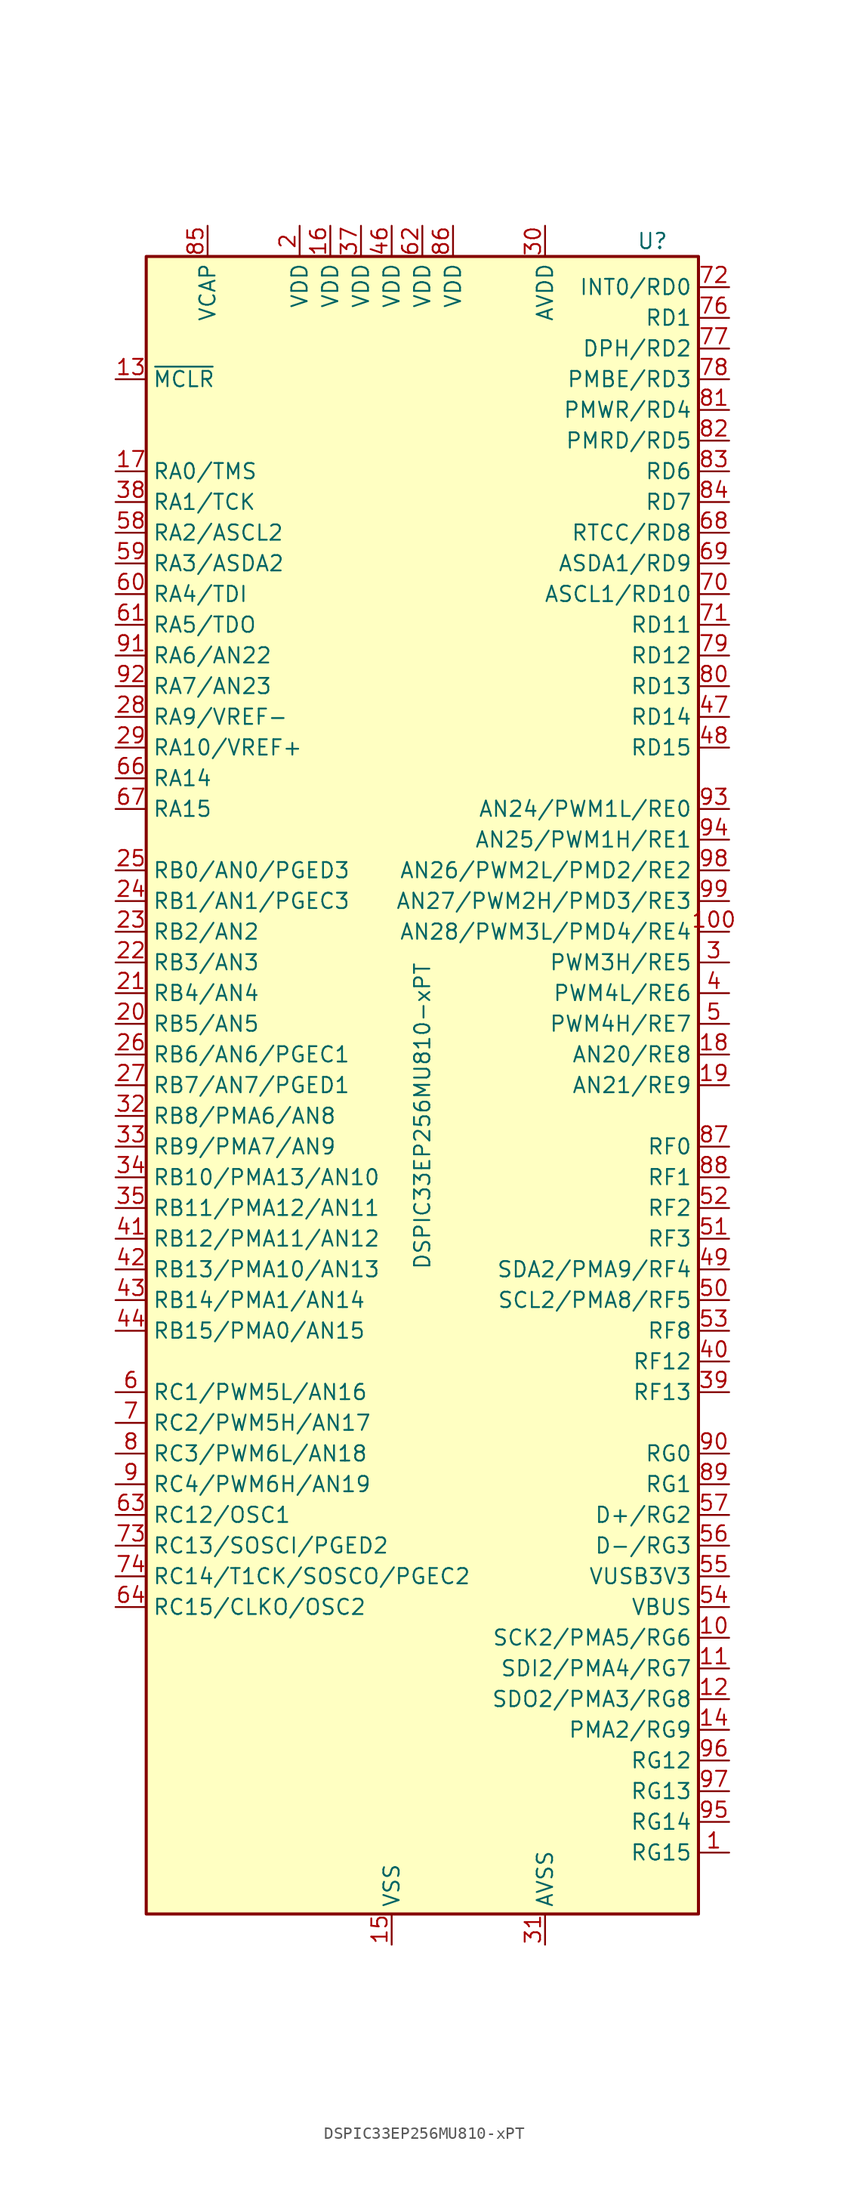
<source format=kicad_sym>
(kicad_symbol_lib
  (version 20220914)
  (generator kicad_symbol_editor)
  (symbol "DSPIC33EP256MU810-xPT"
    (property "Reference" "U"
      (at 19.05 69.85 0)
      (effects (font (size 1.27 1.27))))
    (property "Value" "DSPIC33EP256MU810-xPT"
      (at 0 -2.54 90)
      (effects (font (size 1.27 1.27))))
    (symbol "DSPIC33EP256MU810-xPT_0_1"
      (rectangle (start -22.86 68.58) (end 22.86 -68.58) (stroke (width 0.254) (type default)) (fill (type background))))
    (symbol "DSPIC33EP256MU810-xPT_1_1"
      (pin bidirectional line (at 25.4 -63.5 180) (length 2.54) (name "RG15" (effects (font (size 1.27 1.27)))) (number "1" (effects (font (size 1.27 1.27)))))
      (pin bidirectional line (at 25.4 -45.72 180) (length 2.54) (name "SCK2/PMA5/RG6" (effects (font (size 1.27 1.27)))) (number "10" (effects (font (size 1.27 1.27)))))
      (pin bidirectional line (at 25.4 12.7 180) (length 2.54) (name "AN28/PWM3L/PMD4/RE4" (effects (font (size 1.27 1.27)))) (number "100" (effects (font (size 1.27 1.27)))))
      (pin bidirectional line (at 25.4 -48.26 180) (length 2.54) (name "SDI2/PMA4/RG7" (effects (font (size 1.27 1.27)))) (number "11" (effects (font (size 1.27 1.27)))))
      (pin bidirectional line (at 25.4 -50.8 180) (length 2.54) (name "SDO2/PMA3/RG8" (effects (font (size 1.27 1.27)))) (number "12" (effects (font (size 1.27 1.27)))))
      (pin input line (at -25.4 58.42 0) (length 2.54) (name "~{MCLR}" (effects (font (size 1.27 1.27)))) (number "13" (effects (font (size 1.27 1.27)))))
      (pin bidirectional line (at 25.4 -53.34 180) (length 2.54) (name "PMA2/RG9" (effects (font (size 1.27 1.27)))) (number "14" (effects (font (size 1.27 1.27)))))
      (pin power_in line (at -2.54 -71.12 90) (length 2.54) (name "VSS" (effects (font (size 1.27 1.27)))) (number "15" (effects (font (size 1.27 1.27)))))
      (pin power_in line (at -7.62 71.12 270) (length 2.54) (name "VDD" (effects (font (size 1.27 1.27)))) (number "16" (effects (font (size 1.27 1.27)))))
      (pin bidirectional line (at -25.4 50.8 0) (length 2.54) (name "RA0/TMS" (effects (font (size 1.27 1.27)))) (number "17" (effects (font (size 1.27 1.27)))))
      (pin bidirectional line (at 25.4 2.54 180) (length 2.54) (name "AN20/RE8" (effects (font (size 1.27 1.27)))) (number "18" (effects (font (size 1.27 1.27)))))
      (pin bidirectional line (at 25.4 0 180) (length 2.54) (name "AN21/RE9" (effects (font (size 1.27 1.27)))) (number "19" (effects (font (size 1.27 1.27)))))
      (pin power_in line (at -10.16 71.12 270) (length 2.54) (name "VDD" (effects (font (size 1.27 1.27)))) (number "2" (effects (font (size 1.27 1.27)))))
      (pin bidirectional line (at -25.4 5.08 0) (length 2.54) (name "RB5/AN5" (effects (font (size 1.27 1.27)))) (number "20" (effects (font (size 1.27 1.27)))))
      (pin bidirectional line (at -25.4 7.62 0) (length 2.54) (name "RB4/AN4" (effects (font (size 1.27 1.27)))) (number "21" (effects (font (size 1.27 1.27)))))
      (pin bidirectional line (at -25.4 10.16 0) (length 2.54) (name "RB3/AN3" (effects (font (size 1.27 1.27)))) (number "22" (effects (font (size 1.27 1.27)))))
      (pin bidirectional line (at -25.4 12.7 0) (length 2.54) (name "RB2/AN2" (effects (font (size 1.27 1.27)))) (number "23" (effects (font (size 1.27 1.27)))))
      (pin bidirectional line (at -25.4 15.24 0) (length 2.54) (name "RB1/AN1/PGEC3" (effects (font (size 1.27 1.27)))) (number "24" (effects (font (size 1.27 1.27)))))
      (pin bidirectional line (at -25.4 17.78 0) (length 2.54) (name "RB0/AN0/PGED3" (effects (font (size 1.27 1.27)))) (number "25" (effects (font (size 1.27 1.27)))))
      (pin bidirectional line (at -25.4 2.54 0) (length 2.54) (name "RB6/AN6/PGEC1" (effects (font (size 1.27 1.27)))) (number "26" (effects (font (size 1.27 1.27)))))
      (pin bidirectional line (at -25.4 0 0) (length 2.54) (name "RB7/AN7/PGED1" (effects (font (size 1.27 1.27)))) (number "27" (effects (font (size 1.27 1.27)))))
      (pin bidirectional line (at -25.4 30.48 0) (length 2.54) (name "RA9/VREF-" (effects (font (size 1.27 1.27)))) (number "28" (effects (font (size 1.27 1.27)))))
      (pin bidirectional line (at -25.4 27.94 0) (length 2.54) (name "RA10/VREF+" (effects (font (size 1.27 1.27)))) (number "29" (effects (font (size 1.27 1.27)))))
      (pin bidirectional line (at 25.4 10.16 180) (length 2.54) (name "PWM3H/RE5" (effects (font (size 1.27 1.27)))) (number "3" (effects (font (size 1.27 1.27)))))
      (pin power_in line (at 10.16 71.12 270) (length 2.54) (name "AVDD" (effects (font (size 1.27 1.27)))) (number "30" (effects (font (size 1.27 1.27)))))
      (pin power_in line (at 10.16 -71.12 90) (length 2.54) (name "AVSS" (effects (font (size 1.27 1.27)))) (number "31" (effects (font (size 1.27 1.27)))))
      (pin bidirectional line (at -25.4 -2.54 0) (length 2.54) (name "RB8/PMA6/AN8" (effects (font (size 1.27 1.27)))) (number "32" (effects (font (size 1.27 1.27)))))
      (pin bidirectional line (at -25.4 -5.08 0) (length 2.54) (name "RB9/PMA7/AN9" (effects (font (size 1.27 1.27)))) (number "33" (effects (font (size 1.27 1.27)))))
      (pin bidirectional line (at -25.4 -7.62 0) (length 2.54) (name "RB10/PMA13/AN10" (effects (font (size 1.27 1.27)))) (number "34" (effects (font (size 1.27 1.27)))))
      (pin bidirectional line (at -25.4 -10.16 0) (length 2.54) (name "RB11/PMA12/AN11" (effects (font (size 1.27 1.27)))) (number "35" (effects (font (size 1.27 1.27)))))
      (pin passive line (at -2.54 -71.12 90) (length 2.54) hide (name "VSS" (effects (font (size 1.27 1.27)))) (number "36" (effects (font (size 1.27 1.27)))))
      (pin power_in line (at -5.08 71.12 270) (length 2.54) (name "VDD" (effects (font (size 1.27 1.27)))) (number "37" (effects (font (size 1.27 1.27)))))
      (pin bidirectional line (at -25.4 48.26 0) (length 2.54) (name "RA1/TCK" (effects (font (size 1.27 1.27)))) (number "38" (effects (font (size 1.27 1.27)))))
      (pin bidirectional line (at 25.4 -25.4 180) (length 2.54) (name "RF13" (effects (font (size 1.27 1.27)))) (number "39" (effects (font (size 1.27 1.27)))))
      (pin bidirectional line (at 25.4 7.62 180) (length 2.54) (name "PWM4L/RE6" (effects (font (size 1.27 1.27)))) (number "4" (effects (font (size 1.27 1.27)))))
      (pin bidirectional line (at 25.4 -22.86 180) (length 2.54) (name "RF12" (effects (font (size 1.27 1.27)))) (number "40" (effects (font (size 1.27 1.27)))))
      (pin bidirectional line (at -25.4 -12.7 0) (length 2.54) (name "RB12/PMA11/AN12" (effects (font (size 1.27 1.27)))) (number "41" (effects (font (size 1.27 1.27)))))
      (pin bidirectional line (at -25.4 -15.24 0) (length 2.54) (name "RB13/PMA10/AN13" (effects (font (size 1.27 1.27)))) (number "42" (effects (font (size 1.27 1.27)))))
      (pin bidirectional line (at -25.4 -17.78 0) (length 2.54) (name "RB14/PMA1/AN14" (effects (font (size 1.27 1.27)))) (number "43" (effects (font (size 1.27 1.27)))))
      (pin bidirectional line (at -25.4 -20.32 0) (length 2.54) (name "RB15/PMA0/AN15" (effects (font (size 1.27 1.27)))) (number "44" (effects (font (size 1.27 1.27)))))
      (pin passive line (at -2.54 -71.12 90) (length 2.54) hide (name "VSS" (effects (font (size 1.27 1.27)))) (number "45" (effects (font (size 1.27 1.27)))))
      (pin power_in line (at -2.54 71.12 270) (length 2.54) (name "VDD" (effects (font (size 1.27 1.27)))) (number "46" (effects (font (size 1.27 1.27)))))
      (pin bidirectional line (at 25.4 30.48 180) (length 2.54) (name "RD14" (effects (font (size 1.27 1.27)))) (number "47" (effects (font (size 1.27 1.27)))))
      (pin bidirectional line (at 25.4 27.94 180) (length 2.54) (name "RD15" (effects (font (size 1.27 1.27)))) (number "48" (effects (font (size 1.27 1.27)))))
      (pin bidirectional line (at 25.4 -15.24 180) (length 2.54) (name "SDA2/PMA9/RF4" (effects (font (size 1.27 1.27)))) (number "49" (effects (font (size 1.27 1.27)))))
      (pin bidirectional line (at 25.4 5.08 180) (length 2.54) (name "PWM4H/RE7" (effects (font (size 1.27 1.27)))) (number "5" (effects (font (size 1.27 1.27)))))
      (pin bidirectional line (at 25.4 -17.78 180) (length 2.54) (name "SCL2/PMA8/RF5" (effects (font (size 1.27 1.27)))) (number "50" (effects (font (size 1.27 1.27)))))
      (pin bidirectional line (at 25.4 -12.7 180) (length 2.54) (name "RF3" (effects (font (size 1.27 1.27)))) (number "51" (effects (font (size 1.27 1.27)))))
      (pin bidirectional line (at 25.4 -10.16 180) (length 2.54) (name "RF2" (effects (font (size 1.27 1.27)))) (number "52" (effects (font (size 1.27 1.27)))))
      (pin bidirectional line (at 25.4 -20.32 180) (length 2.54) (name "RF8" (effects (font (size 1.27 1.27)))) (number "53" (effects (font (size 1.27 1.27)))))
      (pin bidirectional line (at 25.4 -43.18 180) (length 2.54) (name "VBUS" (effects (font (size 1.27 1.27)))) (number "54" (effects (font (size 1.27 1.27)))))
      (pin bidirectional line (at 25.4 -40.64 180) (length 2.54) (name "VUSB3V3" (effects (font (size 1.27 1.27)))) (number "55" (effects (font (size 1.27 1.27)))))
      (pin bidirectional line (at 25.4 -38.1 180) (length 2.54) (name "D-/RG3" (effects (font (size 1.27 1.27)))) (number "56" (effects (font (size 1.27 1.27)))))
      (pin bidirectional line (at 25.4 -35.56 180) (length 2.54) (name "D+/RG2" (effects (font (size 1.27 1.27)))) (number "57" (effects (font (size 1.27 1.27)))))
      (pin bidirectional line (at -25.4 45.72 0) (length 2.54) (name "RA2/ASCL2" (effects (font (size 1.27 1.27)))) (number "58" (effects (font (size 1.27 1.27)))))
      (pin bidirectional line (at -25.4 43.18 0) (length 2.54) (name "RA3/ASDA2" (effects (font (size 1.27 1.27)))) (number "59" (effects (font (size 1.27 1.27)))))
      (pin bidirectional line (at -25.4 -25.4 0) (length 2.54) (name "RC1/PWM5L/AN16" (effects (font (size 1.27 1.27)))) (number "6" (effects (font (size 1.27 1.27)))))
      (pin bidirectional line (at -25.4 40.64 0) (length 2.54) (name "RA4/TDI" (effects (font (size 1.27 1.27)))) (number "60" (effects (font (size 1.27 1.27)))))
      (pin bidirectional line (at -25.4 38.1 0) (length 2.54) (name "RA5/TDO" (effects (font (size 1.27 1.27)))) (number "61" (effects (font (size 1.27 1.27)))))
      (pin power_in line (at 0 71.12 270) (length 2.54) (name "VDD" (effects (font (size 1.27 1.27)))) (number "62" (effects (font (size 1.27 1.27)))))
      (pin bidirectional line (at -25.4 -35.56 0) (length 2.54) (name "RC12/OSC1" (effects (font (size 1.27 1.27)))) (number "63" (effects (font (size 1.27 1.27)))))
      (pin bidirectional line (at -25.4 -43.18 0) (length 2.54) (name "RC15/CLKO/OSC2" (effects (font (size 1.27 1.27)))) (number "64" (effects (font (size 1.27 1.27)))))
      (pin passive line (at -2.54 -71.12 90) (length 2.54) hide (name "VSS" (effects (font (size 1.27 1.27)))) (number "65" (effects (font (size 1.27 1.27)))))
      (pin bidirectional line (at -25.4 25.4 0) (length 2.54) (name "RA14" (effects (font (size 1.27 1.27)))) (number "66" (effects (font (size 1.27 1.27)))))
      (pin bidirectional line (at -25.4 22.86 0) (length 2.54) (name "RA15" (effects (font (size 1.27 1.27)))) (number "67" (effects (font (size 1.27 1.27)))))
      (pin bidirectional line (at 25.4 45.72 180) (length 2.54) (name "RTCC/RD8" (effects (font (size 1.27 1.27)))) (number "68" (effects (font (size 1.27 1.27)))))
      (pin bidirectional line (at 25.4 43.18 180) (length 2.54) (name "ASDA1/RD9" (effects (font (size 1.27 1.27)))) (number "69" (effects (font (size 1.27 1.27)))))
      (pin bidirectional line (at -25.4 -27.94 0) (length 2.54) (name "RC2/PWM5H/AN17" (effects (font (size 1.27 1.27)))) (number "7" (effects (font (size 1.27 1.27)))))
      (pin bidirectional line (at 25.4 40.64 180) (length 2.54) (name "ASCL1/RD10" (effects (font (size 1.27 1.27)))) (number "70" (effects (font (size 1.27 1.27)))))
      (pin bidirectional line (at 25.4 38.1 180) (length 2.54) (name "RD11" (effects (font (size 1.27 1.27)))) (number "71" (effects (font (size 1.27 1.27)))))
      (pin bidirectional line (at 25.4 66.04 180) (length 2.54) (name "INT0/RD0" (effects (font (size 1.27 1.27)))) (number "72" (effects (font (size 1.27 1.27)))))
      (pin bidirectional line (at -25.4 -38.1 0) (length 2.54) (name "RC13/SOSCI/PGED2" (effects (font (size 1.27 1.27)))) (number "73" (effects (font (size 1.27 1.27)))))
      (pin bidirectional line (at -25.4 -40.64 0) (length 2.54) (name "RC14/T1CK/SOSCO/PGEC2" (effects (font (size 1.27 1.27)))) (number "74" (effects (font (size 1.27 1.27)))))
      (pin passive line (at -2.54 -71.12 90) (length 2.54) hide (name "VSS" (effects (font (size 1.27 1.27)))) (number "75" (effects (font (size 1.27 1.27)))))
      (pin bidirectional line (at 25.4 63.5 180) (length 2.54) (name "RD1" (effects (font (size 1.27 1.27)))) (number "76" (effects (font (size 1.27 1.27)))))
      (pin bidirectional line (at 25.4 60.96 180) (length 2.54) (name "DPH/RD2" (effects (font (size 1.27 1.27)))) (number "77" (effects (font (size 1.27 1.27)))))
      (pin bidirectional line (at 25.4 58.42 180) (length 2.54) (name "PMBE/RD3" (effects (font (size 1.27 1.27)))) (number "78" (effects (font (size 1.27 1.27)))))
      (pin bidirectional line (at 25.4 35.56 180) (length 2.54) (name "RD12" (effects (font (size 1.27 1.27)))) (number "79" (effects (font (size 1.27 1.27)))))
      (pin bidirectional line (at -25.4 -30.48 0) (length 2.54) (name "RC3/PWM6L/AN18" (effects (font (size 1.27 1.27)))) (number "8" (effects (font (size 1.27 1.27)))))
      (pin bidirectional line (at 25.4 33.02 180) (length 2.54) (name "RD13" (effects (font (size 1.27 1.27)))) (number "80" (effects (font (size 1.27 1.27)))))
      (pin bidirectional line (at 25.4 55.88 180) (length 2.54) (name "PMWR/RD4" (effects (font (size 1.27 1.27)))) (number "81" (effects (font (size 1.27 1.27)))))
      (pin bidirectional line (at 25.4 53.34 180) (length 2.54) (name "PMRD/RD5" (effects (font (size 1.27 1.27)))) (number "82" (effects (font (size 1.27 1.27)))))
      (pin bidirectional line (at 25.4 50.8 180) (length 2.54) (name "RD6" (effects (font (size 1.27 1.27)))) (number "83" (effects (font (size 1.27 1.27)))))
      (pin bidirectional line (at 25.4 48.26 180) (length 2.54) (name "RD7" (effects (font (size 1.27 1.27)))) (number "84" (effects (font (size 1.27 1.27)))))
      (pin passive line (at -17.78 71.12 270) (length 2.54) (name "VCAP" (effects (font (size 1.27 1.27)))) (number "85" (effects (font (size 1.27 1.27)))))
      (pin power_in line (at 2.54 71.12 270) (length 2.54) (name "VDD" (effects (font (size 1.27 1.27)))) (number "86" (effects (font (size 1.27 1.27)))))
      (pin bidirectional line (at 25.4 -5.08 180) (length 2.54) (name "RF0" (effects (font (size 1.27 1.27)))) (number "87" (effects (font (size 1.27 1.27)))))
      (pin bidirectional line (at 25.4 -7.62 180) (length 2.54) (name "RF1" (effects (font (size 1.27 1.27)))) (number "88" (effects (font (size 1.27 1.27)))))
      (pin bidirectional line (at 25.4 -33.02 180) (length 2.54) (name "RG1" (effects (font (size 1.27 1.27)))) (number "89" (effects (font (size 1.27 1.27)))))
      (pin bidirectional line (at -25.4 -33.02 0) (length 2.54) (name "RC4/PWM6H/AN19" (effects (font (size 1.27 1.27)))) (number "9" (effects (font (size 1.27 1.27)))))
      (pin bidirectional line (at 25.4 -30.48 180) (length 2.54) (name "RG0" (effects (font (size 1.27 1.27)))) (number "90" (effects (font (size 1.27 1.27)))))
      (pin bidirectional line (at -25.4 35.56 0) (length 2.54) (name "RA6/AN22" (effects (font (size 1.27 1.27)))) (number "91" (effects (font (size 1.27 1.27)))))
      (pin bidirectional line (at -25.4 33.02 0) (length 2.54) (name "RA7/AN23" (effects (font (size 1.27 1.27)))) (number "92" (effects (font (size 1.27 1.27)))))
      (pin bidirectional line (at 25.4 22.86 180) (length 2.54) (name "AN24/PWM1L/RE0" (effects (font (size 1.27 1.27)))) (number "93" (effects (font (size 1.27 1.27)))))
      (pin bidirectional line (at 25.4 20.32 180) (length 2.54) (name "AN25/PWM1H/RE1" (effects (font (size 1.27 1.27)))) (number "94" (effects (font (size 1.27 1.27)))))
      (pin bidirectional line (at 25.4 -60.96 180) (length 2.54) (name "RG14" (effects (font (size 1.27 1.27)))) (number "95" (effects (font (size 1.27 1.27)))))
      (pin bidirectional line (at 25.4 -55.88 180) (length 2.54) (name "RG12" (effects (font (size 1.27 1.27)))) (number "96" (effects (font (size 1.27 1.27)))))
      (pin bidirectional line (at 25.4 -58.42 180) (length 2.54) (name "RG13" (effects (font (size 1.27 1.27)))) (number "97" (effects (font (size 1.27 1.27)))))
      (pin bidirectional line (at 25.4 17.78 180) (length 2.54) (name "AN26/PWM2L/PMD2/RE2" (effects (font (size 1.27 1.27)))) (number "98" (effects (font (size 1.27 1.27)))))
      (pin bidirectional line (at 25.4 15.24 180) (length 2.54) (name "AN27/PWM2H/PMD3/RE3" (effects (font (size 1.27 1.27)))) (number "99" (effects (font (size 1.27 1.27))))))))
</source>
